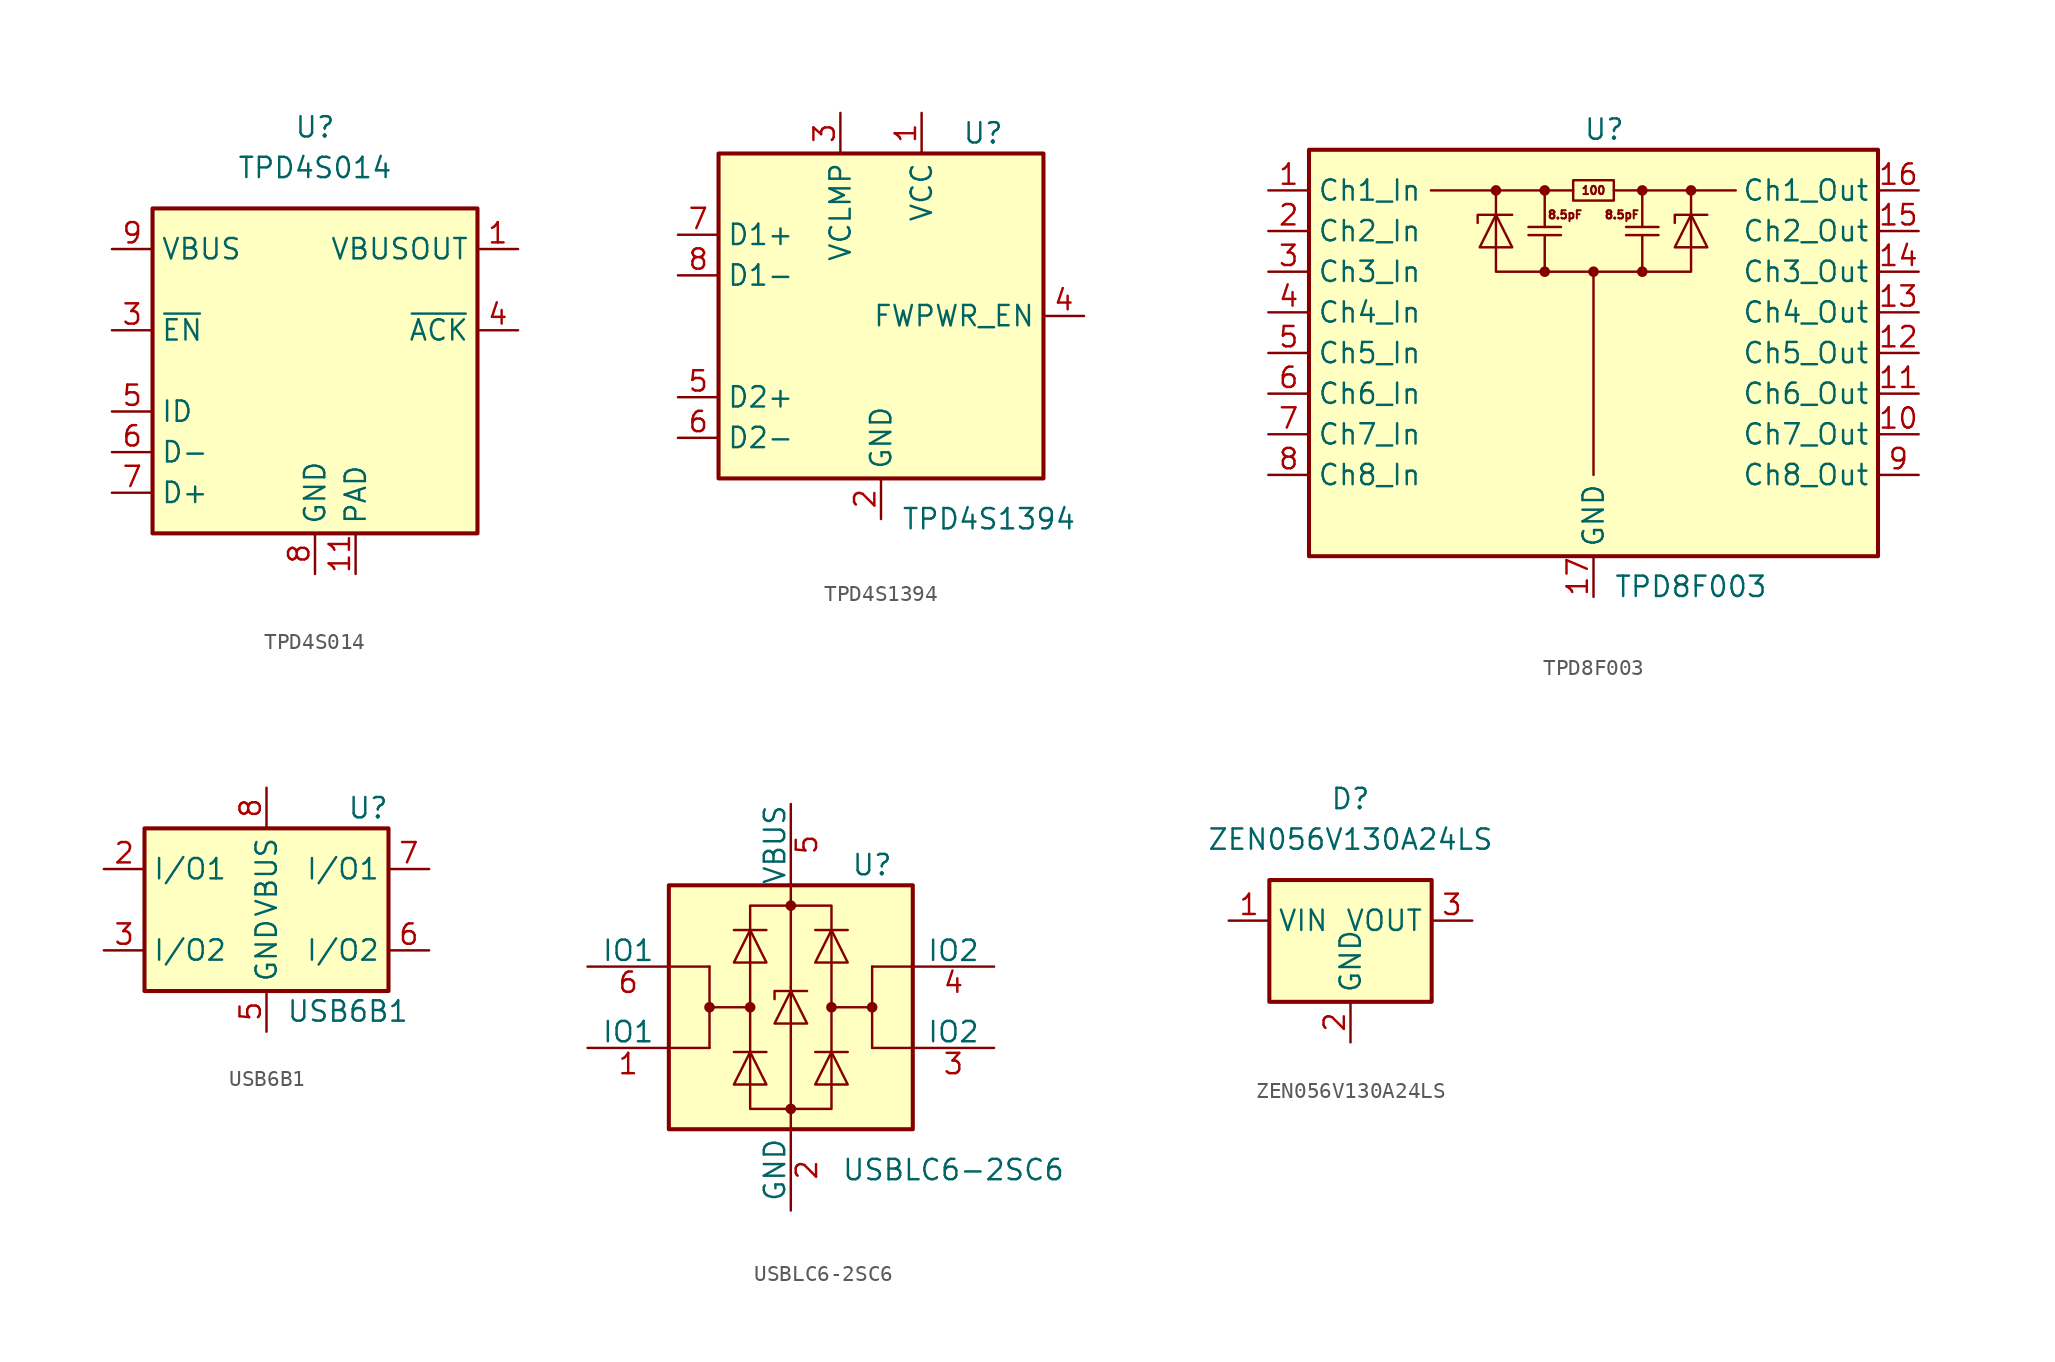
<source format=kicad_sym>
(kicad_symbol_lib
  (version 20201005)
  (generator kicad_symbol_editor)
  (symbol "TPD4S014"
    (property "Reference" "U"
      (at 0 15.24 0)
      (effects (font (size 1.27 1.27))))
    (property "Value" "TPD4S014"
      (at 0 12.7 0)
      (effects (font (size 1.27 1.27))))
    (symbol "TPD4S014_0_1"
      (rectangle (start -10.16 10.16) (end 10.16 -10.16) (stroke (width 0.254)) (fill (type background))))
    (symbol "TPD4S014_1_1"
      (pin power_out line (at 12.7 7.62 180) (length 2.54) (name "VBUSOUT" (effects (font (size 1.27 1.27)))) (number "1" (effects (font (size 1.27 1.27)))))
      (pin passive line (at -12.7 7.62 0) (length 2.54) hide (name "VBUS" (effects (font (size 1.27 1.27)))) (number "10" (effects (font (size 1.27 1.27)))))
      (pin power_in line (at 2.54 -12.7 90) (length 2.54) (name "PAD" (effects (font (size 1.27 1.27)))) (number "11" (effects (font (size 1.27 1.27)))))
      (pin passive line (at 12.7 7.62 180) (length 2.54) hide (name "VBUSOUT" (effects (font (size 1.27 1.27)))) (number "2" (effects (font (size 1.27 1.27)))))
      (pin input line (at -12.7 2.54 0) (length 2.54) (name "~EN" (effects (font (size 1.27 1.27)))) (number "3" (effects (font (size 1.27 1.27)))))
      (pin open_collector line (at 12.7 2.54 180) (length 2.54) (name "~ACK" (effects (font (size 1.27 1.27)))) (number "4" (effects (font (size 1.27 1.27)))))
      (pin passive line (at -12.7 -2.54 0) (length 2.54) (name "ID" (effects (font (size 1.27 1.27)))) (number "5" (effects (font (size 1.27 1.27)))))
      (pin passive line (at -12.7 -5.08 0) (length 2.54) (name "D-" (effects (font (size 1.27 1.27)))) (number "6" (effects (font (size 1.27 1.27)))))
      (pin passive line (at -12.7 -7.62 0) (length 2.54) (name "D+" (effects (font (size 1.27 1.27)))) (number "7" (effects (font (size 1.27 1.27)))))
      (pin power_in line (at 0 -12.7 90) (length 2.54) (name "GND" (effects (font (size 1.27 1.27)))) (number "8" (effects (font (size 1.27 1.27)))))
      (pin power_in line (at -12.7 7.62 0) (length 2.54) (name "VBUS" (effects (font (size 1.27 1.27)))) (number "9" (effects (font (size 1.27 1.27)))))))
  (symbol "TPD4S1394"
    (property "Reference" "U"
      (at 5.08 11.43 0)
      (effects (font (size 1.27 1.27)) (justify left)))
    (property "Value" "TPD4S1394"
      (at 1.27 -12.7 0)
      (effects (font (size 1.27 1.27)) (justify left)))
    (symbol "TPD4S1394_0_1"
      (rectangle (start -10.16 10.16) (end 10.16 -10.16) (stroke (width 0.254)) (fill (type background))))
    (symbol "TPD4S1394_1_1"
      (pin power_in line (at 2.54 12.7 270) (length 2.54) (name "VCC" (effects (font (size 1.27 1.27)))) (number "1" (effects (font (size 1.27 1.27)))))
      (pin power_in line (at 0 -12.7 90) (length 2.54) (name "GND" (effects (font (size 1.27 1.27)))) (number "2" (effects (font (size 1.27 1.27)))))
      (pin passive line (at -2.54 12.7 270) (length 2.54) (name "VCLMP" (effects (font (size 1.27 1.27)))) (number "3" (effects (font (size 1.27 1.27)))))
      (pin passive line (at 12.7 0 180) (length 2.54) (name "FWPWR_EN" (effects (font (size 1.27 1.27)))) (number "4" (effects (font (size 1.27 1.27)))))
      (pin passive line (at -12.7 -5.08 0) (length 2.54) (name "D2+" (effects (font (size 1.27 1.27)))) (number "5" (effects (font (size 1.27 1.27)))))
      (pin passive line (at -12.7 -7.62 0) (length 2.54) (name "D2-" (effects (font (size 1.27 1.27)))) (number "6" (effects (font (size 1.27 1.27)))))
      (pin passive line (at -12.7 5.08 0) (length 2.54) (name "D1+" (effects (font (size 1.27 1.27)))) (number "7" (effects (font (size 1.27 1.27)))))
      (pin passive line (at -12.7 2.54 0) (length 2.54) (name "D1-" (effects (font (size 1.27 1.27)))) (number "8" (effects (font (size 1.27 1.27)))))))
  (symbol "TPD8F003"
    (property "Reference" "U"
      (at -0.635 13.97 0)
      (effects (font (size 1.27 1.27)) (justify left)))
    (property "Value" "TPD8F003"
      (at 1.27 -14.605 0)
      (effects (font (size 1.27 1.27)) (justify left)))
    (symbol "TPD8F003_0_0"
      (circle (center -6.096 10.16) (radius 0.254) (stroke (width 0)) (fill (type outline)))
      (circle (center -3.048 5.08) (radius 0.254) (stroke (width 0)) (fill (type outline)))
      (circle (center -3.048 10.16) (radius 0.254) (stroke (width 0)) (fill (type outline)))
      (circle (center 0 5.08) (radius 0.254) (stroke (width 0)) (fill (type outline)))
      (circle (center 3.048 5.08) (radius 0.254) (stroke (width 0)) (fill (type outline)))
      (circle (center 3.048 10.16) (radius 0.254) (stroke (width 0)) (fill (type outline)))
      (circle (center 6.096 10.16) (radius 0.254) (stroke (width 0)) (fill (type outline)))
      (text "100" (at 0 10.16 0) (effects (font (size 0.508 0.508))))
      (text "8.5pF" (at -1.778 8.636 0) (effects (font (size 0.508 0.508))))
      (text "8.5pF" (at 1.778 8.636 0) (effects (font (size 0.508 0.508))))
      (polyline (pts (xy -6.096 10.16) (xy -6.096 5.08) (xy 6.096 5.08) (xy 6.096 10.16)) (stroke (width 0)) (fill (type none))))
    (symbol "TPD8F003_0_1"
      (rectangle (start -17.78 12.7) (end 17.78 -12.7) (stroke (width 0.254)) (fill (type background)))
      (polyline (pts (xy -4.064 7.874) (xy -2.032 7.874)) (stroke (width 0)) (fill (type none)))
      (polyline (pts (xy -3.048 7.366) (xy -3.048 5.08)) (stroke (width 0)) (fill (type none)))
      (polyline (pts (xy -3.048 10.16) (xy -3.048 7.874)) (stroke (width 0)) (fill (type none)))
      (polyline (pts (xy -2.032 7.366) (xy -4.064 7.366)) (stroke (width 0)) (fill (type none)))
      (polyline (pts (xy -1.27 10.16) (xy -10.16 10.16)) (stroke (width 0)) (fill (type none)))
      (polyline (pts (xy 0 5.08) (xy 0 -7.62)) (stroke (width 0)) (fill (type none)))
      (polyline (pts (xy 1.27 10.16) (xy 8.89 10.16)) (stroke (width 0)) (fill (type none)))
      (polyline (pts (xy 2.032 7.874) (xy 4.064 7.874)) (stroke (width 0)) (fill (type none)))
      (polyline (pts (xy 3.048 7.366) (xy 3.048 5.08)) (stroke (width 0)) (fill (type none)))
      (polyline (pts (xy 3.048 10.16) (xy 3.048 7.874)) (stroke (width 0)) (fill (type none)))
      (polyline (pts (xy 4.064 7.366) (xy 2.032 7.366)) (stroke (width 0)) (fill (type none)))
      (polyline (pts (xy -5.08 8.636) (xy -7.239 8.636) (xy -7.239 8.128)) (stroke (width 0)) (fill (type none)))
      (polyline (pts (xy 5.08 8.128) (xy 5.08 8.636) (xy 7.112 8.636)) (stroke (width 0)) (fill (type none)))
      (polyline (pts (xy -6.096 8.636) (xy -5.08 6.604) (xy -7.112 6.604) (xy -6.096 8.636)) (stroke (width 0)) (fill (type none)))
      (polyline (pts (xy 6.096 8.636) (xy 5.08 6.604) (xy 7.112 6.604) (xy 6.096 8.636)) (stroke (width 0)) (fill (type none)))
      (polyline (pts (xy -1.27 10.16) (xy -1.27 9.525) (xy 1.27 9.525) (xy 1.27 10.795) (xy -1.27 10.795) (xy -1.27 10.16)) (stroke (width 0)) (fill (type none))))
    (symbol "TPD8F003_1_1"
      (pin passive line (at -20.32 10.16 0) (length 2.54) (name "Ch1_In" (effects (font (size 1.27 1.27)))) (number "1" (effects (font (size 1.27 1.27)))))
      (pin passive line (at 20.32 -5.08 180) (length 2.54) (name "Ch7_Out" (effects (font (size 1.27 1.27)))) (number "10" (effects (font (size 1.27 1.27)))))
      (pin passive line (at 20.32 -2.54 180) (length 2.54) (name "Ch6_Out" (effects (font (size 1.27 1.27)))) (number "11" (effects (font (size 1.27 1.27)))))
      (pin passive line (at 20.32 0 180) (length 2.54) (name "Ch5_Out" (effects (font (size 1.27 1.27)))) (number "12" (effects (font (size 1.27 1.27)))))
      (pin passive line (at 20.32 2.54 180) (length 2.54) (name "Ch4_Out" (effects (font (size 1.27 1.27)))) (number "13" (effects (font (size 1.27 1.27)))))
      (pin passive line (at 20.32 5.08 180) (length 2.54) (name "Ch3_Out" (effects (font (size 1.27 1.27)))) (number "14" (effects (font (size 1.27 1.27)))))
      (pin passive line (at 20.32 7.62 180) (length 2.54) (name "Ch2_Out" (effects (font (size 1.27 1.27)))) (number "15" (effects (font (size 1.27 1.27)))))
      (pin passive line (at 20.32 10.16 180) (length 2.54) (name "Ch1_Out" (effects (font (size 1.27 1.27)))) (number "16" (effects (font (size 1.27 1.27)))))
      (pin power_in line (at 0 -15.24 90) (length 2.54) (name "GND" (effects (font (size 1.27 1.27)))) (number "17" (effects (font (size 1.27 1.27)))))
      (pin passive line (at -20.32 7.62 0) (length 2.54) (name "Ch2_In" (effects (font (size 1.27 1.27)))) (number "2" (effects (font (size 1.27 1.27)))))
      (pin passive line (at -20.32 5.08 0) (length 2.54) (name "Ch3_In" (effects (font (size 1.27 1.27)))) (number "3" (effects (font (size 1.27 1.27)))))
      (pin passive line (at -20.32 2.54 0) (length 2.54) (name "Ch4_In" (effects (font (size 1.27 1.27)))) (number "4" (effects (font (size 1.27 1.27)))))
      (pin passive line (at -20.32 0 0) (length 2.54) (name "Ch5_In" (effects (font (size 1.27 1.27)))) (number "5" (effects (font (size 1.27 1.27)))))
      (pin passive line (at -20.32 -2.54 0) (length 2.54) (name "Ch6_In" (effects (font (size 1.27 1.27)))) (number "6" (effects (font (size 1.27 1.27)))))
      (pin passive line (at -20.32 -5.08 0) (length 2.54) (name "Ch7_In" (effects (font (size 1.27 1.27)))) (number "7" (effects (font (size 1.27 1.27)))))
      (pin passive line (at -20.32 -7.62 0) (length 2.54) (name "Ch8_In" (effects (font (size 1.27 1.27)))) (number "8" (effects (font (size 1.27 1.27)))))
      (pin passive line (at 20.32 -7.62 180) (length 2.54) (name "Ch8_Out" (effects (font (size 1.27 1.27)))) (number "9" (effects (font (size 1.27 1.27)))))))
  (symbol "USB6B1"
    (property "Reference" "U"
      (at 6.35 6.35 0)
      (effects (font (size 1.27 1.27))))
    (property "Value" "USB6B1"
      (at 5.08 -6.35 0)
      (effects (font (size 1.27 1.27))))
    (symbol "USB6B1_0_1"
      (rectangle (start -7.62 -5.08) (end 7.62 5.08) (stroke (width 0.254)) (fill (type background))))
    (symbol "USB6B1_1_1"
      (pin passive line (at 0 7.62 270) (length 2.54) hide (name "VBUS" (effects (font (size 1.27 1.27)))) (number "1" (effects (font (size 1.27 1.27)))))
      (pin passive line (at -10.16 2.54 0) (length 2.54) (name "I/O1" (effects (font (size 1.27 1.27)))) (number "2" (effects (font (size 1.27 1.27)))))
      (pin passive line (at -10.16 -2.54 0) (length 2.54) (name "I/O2" (effects (font (size 1.27 1.27)))) (number "3" (effects (font (size 1.27 1.27)))))
      (pin passive line (at 0 -7.62 90) (length 2.54) hide (name "GND" (effects (font (size 1.27 1.27)))) (number "4" (effects (font (size 1.27 1.27)))))
      (pin passive line (at 0 -7.62 90) (length 2.54) (name "GND" (effects (font (size 1.27 1.27)))) (number "5" (effects (font (size 1.27 1.27)))))
      (pin passive line (at 10.16 -2.54 180) (length 2.54) (name "I/O2" (effects (font (size 1.27 1.27)))) (number "6" (effects (font (size 1.27 1.27)))))
      (pin passive line (at 10.16 2.54 180) (length 2.54) (name "I/O1" (effects (font (size 1.27 1.27)))) (number "7" (effects (font (size 1.27 1.27)))))
      (pin passive line (at 0 7.62 270) (length 2.54) (name "VBUS" (effects (font (size 1.27 1.27)))) (number "8" (effects (font (size 1.27 1.27)))))))
  (symbol "USBLC6-2SC6"
    (pin_names
      (offset 0))
    (property "Reference" "U"
      (at 5.08 8.89 0)
      (effects (font (size 1.27 1.27))))
    (property "Value" "USBLC6-2SC6"
      (at 10.16 -10.16 0)
      (effects (font (size 1.27 1.27))))
    (symbol "USBLC6-2SC6_0_1"
      (circle (center -5.08 0) (radius 0.254) (stroke (width 0)) (fill (type outline)))
      (circle (center -2.54 0) (radius 0.254) (stroke (width 0)) (fill (type outline)))
      (circle (center 0 -6.35) (radius 0.254) (stroke (width 0)) (fill (type outline)))
      (circle (center 0 6.35) (radius 0.254) (stroke (width 0)) (fill (type outline)))
      (circle (center 2.54 0) (radius 0.254) (stroke (width 0)) (fill (type outline)))
      (circle (center 5.08 0) (radius 0.254) (stroke (width 0)) (fill (type outline)))
      (rectangle (start -7.62 -7.62) (end 7.62 7.62) (stroke (width 0.254)) (fill (type background)))
      (rectangle (start -2.54 6.35) (end 2.54 -6.35) (stroke (width 0)) (fill (type none)))
      (polyline (pts (xy -5.08 -2.54) (xy -7.62 -2.54)) (stroke (width 0)) (fill (type none)))
      (polyline (pts (xy -5.08 0) (xy -5.08 -2.54)) (stroke (width 0)) (fill (type none)))
      (polyline (pts (xy -5.08 2.54) (xy -7.62 2.54)) (stroke (width 0)) (fill (type none)))
      (polyline (pts (xy -1.524 -2.794) (xy -3.556 -2.794)) (stroke (width 0)) (fill (type none)))
      (polyline (pts (xy -1.524 4.826) (xy -3.556 4.826)) (stroke (width 0)) (fill (type none)))
      (polyline (pts (xy 0 -7.62) (xy 0 -6.35)) (stroke (width 0)) (fill (type none)))
      (polyline (pts (xy 0 -6.35) (xy 0 1.27)) (stroke (width 0)) (fill (type none)))
      (polyline (pts (xy 0 1.27) (xy 0 6.35)) (stroke (width 0)) (fill (type none)))
      (polyline (pts (xy 0 6.35) (xy 0 7.62)) (stroke (width 0)) (fill (type none)))
      (polyline (pts (xy 1.524 -2.794) (xy 3.556 -2.794)) (stroke (width 0)) (fill (type none)))
      (polyline (pts (xy 1.524 4.826) (xy 3.556 4.826)) (stroke (width 0)) (fill (type none)))
      (polyline (pts (xy 5.08 -2.54) (xy 7.62 -2.54)) (stroke (width 0)) (fill (type none)))
      (polyline (pts (xy 5.08 0) (xy 5.08 -2.54)) (stroke (width 0)) (fill (type none)))
      (polyline (pts (xy 5.08 2.54) (xy 7.62 2.54)) (stroke (width 0)) (fill (type none)))
      (polyline (pts (xy -2.54 0) (xy -5.08 0) (xy -5.08 2.54)) (stroke (width 0)) (fill (type none)))
      (polyline (pts (xy 2.54 0) (xy 5.08 0) (xy 5.08 2.54)) (stroke (width 0)) (fill (type none)))
      (polyline (pts (xy -3.556 -4.826) (xy -1.524 -4.826) (xy -2.54 -2.794) (xy -3.556 -4.826)) (stroke (width 0)) (fill (type none)))
      (polyline (pts (xy -3.556 2.794) (xy -1.524 2.794) (xy -2.54 4.826) (xy -3.556 2.794)) (stroke (width 0)) (fill (type none)))
      (polyline (pts (xy -1.016 -1.016) (xy 1.016 -1.016) (xy 0 1.016) (xy -1.016 -1.016)) (stroke (width 0)) (fill (type none)))
      (polyline (pts (xy 1.016 1.016) (xy 0.762 1.016) (xy -1.016 1.016) (xy -1.016 0.508)) (stroke (width 0)) (fill (type none)))
      (polyline (pts (xy 3.556 -4.826) (xy 1.524 -4.826) (xy 2.54 -2.794) (xy 3.556 -4.826)) (stroke (width 0)) (fill (type none)))
      (polyline (pts (xy 3.556 2.794) (xy 1.524 2.794) (xy 2.54 4.826) (xy 3.556 2.794)) (stroke (width 0)) (fill (type none))))
    (symbol "USBLC6-2SC6_1_1"
      (pin passive line (at -12.7 -2.54 0) (length 5.08) (name "IO1" (effects (font (size 1.27 1.27)))) (number "1" (effects (font (size 1.27 1.27)))))
      (pin passive line (at 0 -12.7 90) (length 5.08) (name "GND" (effects (font (size 1.27 1.27)))) (number "2" (effects (font (size 1.27 1.27)))))
      (pin passive line (at 12.7 -2.54 180) (length 5.08) (name "IO2" (effects (font (size 1.27 1.27)))) (number "3" (effects (font (size 1.27 1.27)))))
      (pin passive line (at 12.7 2.54 180) (length 5.08) (name "IO2" (effects (font (size 1.27 1.27)))) (number "4" (effects (font (size 1.27 1.27)))))
      (pin passive line (at 0 12.7 270) (length 5.08) (name "VBUS" (effects (font (size 1.27 1.27)))) (number "5" (effects (font (size 1.27 1.27)))))
      (pin passive line (at -12.7 2.54 0) (length 5.08) (name "IO1" (effects (font (size 1.27 1.27)))) (number "6" (effects (font (size 1.27 1.27)))))))
  (symbol "ZEN056V130A24LS"
    (property "Reference" "D"
      (at 0 10.16 0)
      (effects (font (size 1.27 1.27))))
    (property "Value" "ZEN056V130A24LS"
      (at 0 7.62 0)
      (effects (font (size 1.27 1.27))))
    (symbol "ZEN056V130A24LS_0_1"
      (rectangle (start -5.08 5.08) (end 5.08 -2.54) (stroke (width 0.254)) (fill (type background))))
    (symbol "ZEN056V130A24LS_1_1"
      (pin passive line (at -7.62 2.54 0) (length 2.54) (name "VIN" (effects (font (size 1.27 1.27)))) (number "1" (effects (font (size 1.27 1.27)))))
      (pin power_in line (at 0 -5.08 90) (length 2.54) (name "GND" (effects (font (size 1.27 1.27)))) (number "2" (effects (font (size 1.27 1.27)))))
      (pin passive line (at 7.62 2.54 180) (length 2.54) (name "VOUT" (effects (font (size 1.27 1.27)))) (number "3" (effects (font (size 1.27 1.27))))))))
</source>
